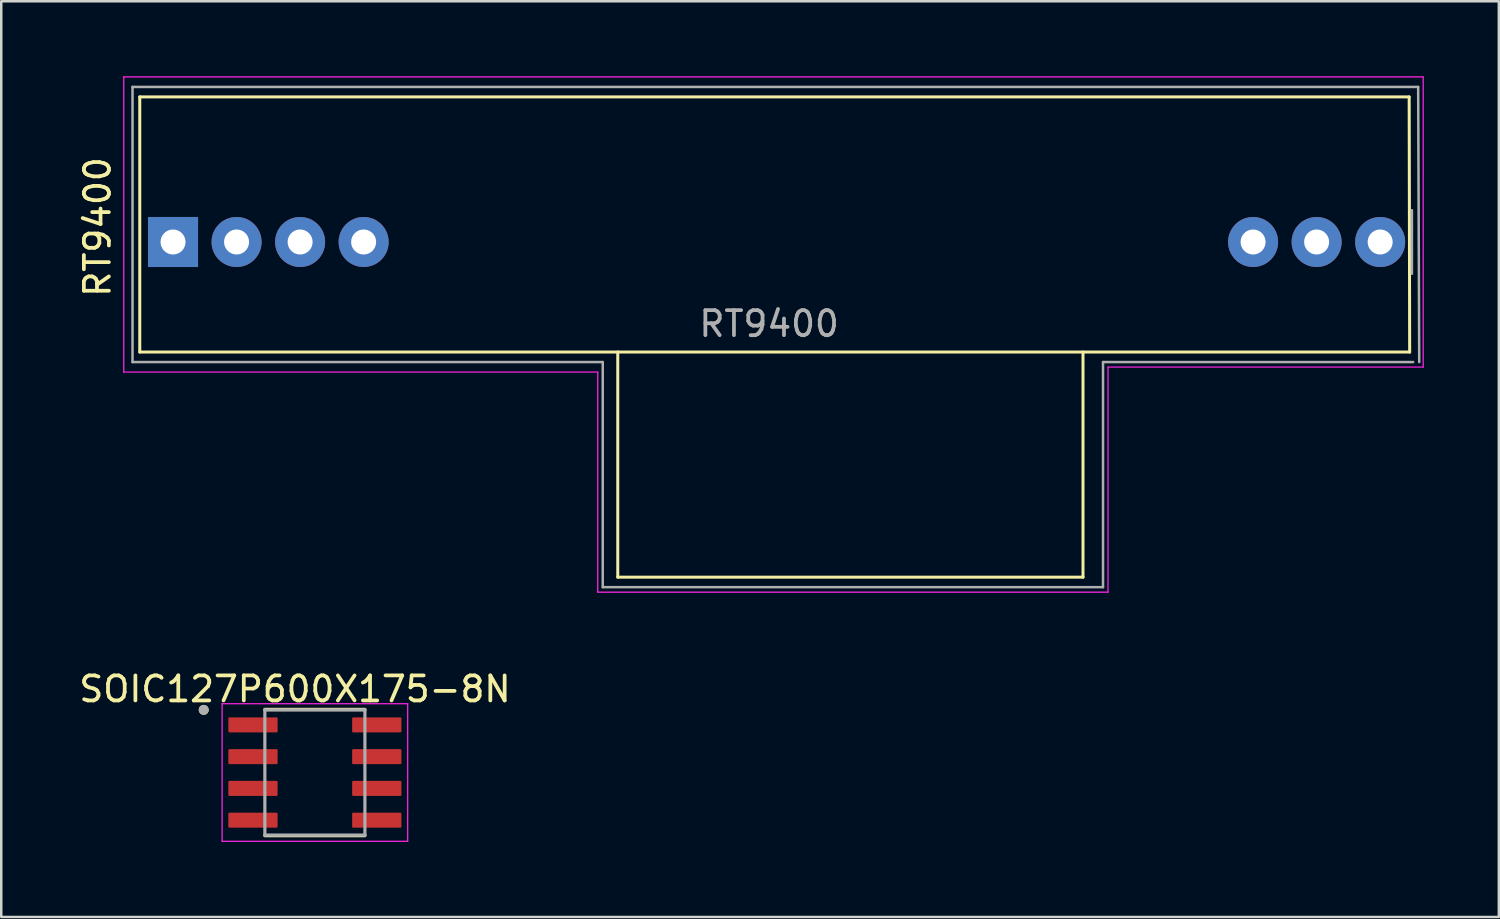
<source format=kicad_pcb>
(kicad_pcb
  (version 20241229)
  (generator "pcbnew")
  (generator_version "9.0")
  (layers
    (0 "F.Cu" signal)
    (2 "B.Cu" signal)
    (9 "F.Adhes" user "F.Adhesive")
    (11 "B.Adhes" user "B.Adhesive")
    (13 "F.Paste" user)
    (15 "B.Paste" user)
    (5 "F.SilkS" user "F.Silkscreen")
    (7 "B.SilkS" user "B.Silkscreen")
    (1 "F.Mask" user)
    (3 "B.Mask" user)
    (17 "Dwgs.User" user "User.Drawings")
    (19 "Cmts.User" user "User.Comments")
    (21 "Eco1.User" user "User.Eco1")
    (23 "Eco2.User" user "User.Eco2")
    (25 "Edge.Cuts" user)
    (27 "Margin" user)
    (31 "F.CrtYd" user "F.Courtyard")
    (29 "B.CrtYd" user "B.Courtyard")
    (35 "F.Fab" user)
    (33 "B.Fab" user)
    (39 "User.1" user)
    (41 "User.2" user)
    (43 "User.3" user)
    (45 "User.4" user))
  (footprint "SOIC127P600X175-8N"
    (layer "F.Cu")
    (at 9.539 27.835)
    (property "Reference" "SOIC127P600X175-8N" (at -0.795 -3.337 0) (layer "F.SilkS") (effects (font (size 1 1) (thickness 0.15))))
    (attr through_hole)
    (fp_line (start -2 -2.525) (end 2 -2.525) (stroke (width 0.127) (type solid)) (layer "F.SilkS"))
    (fp_line (start -2 2.525) (end 2 2.525) (stroke (width 0.127) (type solid)) (layer "F.SilkS"))
    (fp_circle (center -4.445 -2.505) (end -4.345 -2.505) (stroke (width 0.2) (type solid)) (fill no) (layer "F.SilkS"))
    (fp_line (start -3.71 -2.75) (end -3.71 2.75) (stroke (width 0.05) (type solid)) (layer "F.CrtYd"))
    (fp_line (start -3.71 -2.75) (end 3.71 -2.75) (stroke (width 0.05) (type solid)) (layer "F.CrtYd"))
    (fp_line (start -3.71 2.75) (end 3.71 2.75) (stroke (width 0.05) (type solid)) (layer "F.CrtYd"))
    (fp_line (start 3.71 -2.75) (end 3.71 2.75) (stroke (width 0.05) (type solid)) (layer "F.CrtYd"))
    (fp_line (start -2 -2.5) (end -2 2.5) (stroke (width 0.127) (type solid)) (layer "F.Fab"))
    (fp_line (start -2 -2.5) (end 2 -2.5) (stroke (width 0.127) (type solid)) (layer "F.Fab"))
    (fp_line (start -2 2.5) (end 2 2.5) (stroke (width 0.127) (type solid)) (layer "F.Fab"))
    (fp_line (start 2 -2.5) (end 2 2.5) (stroke (width 0.127) (type solid)) (layer "F.Fab"))
    (fp_circle (center -4.445 -2.505) (end -4.345 -2.505) (stroke (width 0.2) (type solid)) (fill no) (layer "F.Fab"))
    (pad "1" smd roundrect (at -2.475 -1.905) (size 1.97 0.6) (layers "F.Cu" "F.Mask" "F.Paste") (roundrect_rratio 0.07))
    (pad "2" smd roundrect (at -2.475 -0.635) (size 1.97 0.6) (layers "F.Cu" "F.Mask" "F.Paste") (roundrect_rratio 0.07))
    (pad "3" smd roundrect (at -2.475 0.635) (size 1.97 0.6) (layers "F.Cu" "F.Mask" "F.Paste") (roundrect_rratio 0.07))
    (pad "4" smd roundrect (at -2.475 1.905) (size 1.97 0.6) (layers "F.Cu" "F.Mask" "F.Paste") (roundrect_rratio 0.07))
    (pad "5" smd roundrect (at 2.475 1.905) (size 1.97 0.6) (layers "F.Cu" "F.Mask" "F.Paste") (roundrect_rratio 0.07))
    (pad "6" smd roundrect (at 2.475 0.635) (size 1.97 0.6) (layers "F.Cu" "F.Mask" "F.Paste") (roundrect_rratio 0.07))
    (pad "7" smd roundrect (at 2.475 -0.635) (size 1.97 0.6) (layers "F.Cu" "F.Mask" "F.Paste") (roundrect_rratio 0.07))
    (pad "8" smd roundrect (at 2.475 -1.905) (size 1.97 0.6) (layers "F.Cu" "F.Mask" "F.Paste") (roundrect_rratio 0.07)))
  (footprint "RT9400"
    (layer "F.Cu")
    (at 40.048 5.025)
    (property "Reference" "RT9400" (at -39.2 1 90) (layer "F.SilkS") (effects (font (size 1 1) (thickness 0.15))))
    (attr through_hole)
    (fp_line (start -37.51 -4.2) (end 13.24 -4.2) (stroke (width 0.12) (type solid)) (layer "F.SilkS"))
    (fp_line (start -37.51 6) (end -37.51 -4.2) (stroke (width 0.12) (type solid)) (layer "F.SilkS"))
    (fp_line (start -37.51 6) (end 13.26 6) (stroke (width 0.12) (type solid)) (layer "F.SilkS"))
    (fp_line (start -18.4 15) (end -18.4 6) (stroke (width 0.12) (type solid)) (layer "F.SilkS"))
    (fp_line (start 0.2 6) (end 0.2 15) (stroke (width 0.12) (type solid)) (layer "F.SilkS"))
    (fp_line (start 0.2 15) (end -18.4 15) (stroke (width 0.12) (type solid)) (layer "F.SilkS"))
    (fp_line (start 13.24 -4.2) (end 13.26 6) (stroke (width 0.12) (type solid)) (layer "F.SilkS"))
    (fp_line (start -38.15 -5) (end -38.15 6.8) (stroke (width 0.05) (type solid)) (layer "F.CrtYd"))
    (fp_line (start -38.15 6.8) (end -19.2 6.8) (stroke (width 0.05) (type solid)) (layer "F.CrtYd"))
    (fp_line (start -19.2 6.8) (end -19.2 15.6) (stroke (width 0.05) (type solid)) (layer "F.CrtYd"))
    (fp_line (start -19.2 15.6) (end 1.2 15.6) (stroke (width 0.05) (type solid)) (layer "F.CrtYd"))
    (fp_line (start 1.2 6.6) (end 13.8 6.6) (stroke (width 0.05) (type solid)) (layer "F.CrtYd"))
    (fp_line (start 1.2 15.6) (end 1.2 6.6) (stroke (width 0.05) (type solid)) (layer "F.CrtYd"))
    (fp_line (start 13.8 -5) (end -38.15 -5) (stroke (width 0.05) (type solid)) (layer "F.CrtYd"))
    (fp_line (start 13.8 6.6) (end 13.8 -5) (stroke (width 0.05) (type solid)) (layer "F.CrtYd"))
    (fp_line (start -37.8 -4.6) (end 13.6 -4.6) (stroke (width 0.1) (type solid)) (layer "F.Fab"))
    (fp_line (start -37.8 6.4) (end -37.8 -4.6) (stroke (width 0.1) (type solid)) (layer "F.Fab"))
    (fp_line (start -19 6.4) (end -37.8 6.4) (stroke (width 0.1) (type solid)) (layer "F.Fab"))
    (fp_line (start -19 15.4) (end -19 6.4) (stroke (width 0.1) (type solid)) (layer "F.Fab"))
    (fp_line (start 1 6.4) (end 13.4 6.4) (stroke (width 0.1) (type solid)) (layer "F.Fab"))
    (fp_line (start 1 15.4) (end -19 15.4) (stroke (width 0.1) (type solid)) (layer "F.Fab"))
    (fp_line (start 1 15.4) (end 1 6.4) (stroke (width 0.1) (type solid)) (layer "F.Fab"))
    (fp_line (start 13.35 0.33) (end 13.35 2.87) (stroke (width 0.1) (type solid)) (layer "F.Fab"))
    (fp_line (start 13.642 6.4) (end 13.6 -4.6) (stroke (width 0.1) (type solid)) (layer "F.Fab"))
    (fp_text user "${REFERENCE}" (at -12.35 4.87 180) (layer "F.Fab") (effects (font (size 1 1) (thickness 0.15))))
    (pad "1" thru_hole rect (at -36.18 1.6 90) (size 2 2) (drill 1) (layers "*.Cu" "B.Mask"))
    (pad "2" thru_hole circle (at -33.64 1.6 90) (size 2 2) (drill 1) (layers "*.Cu" "*.Mask"))
    (pad "3" thru_hole circle (at -31.1 1.6 90) (size 2 2) (drill 1) (layers "*.Cu" "*.Mask"))
    (pad "4" thru_hole circle (at -28.56 1.6 90) (size 2 2) (drill 1) (layers "*.Cu" "*.Mask"))
    (pad "5" thru_hole circle (at 7 1.6 90) (size 2 2) (drill 1) (layers "*.Cu" "*.Mask"))
    (pad "6" thru_hole circle (at 9.54 1.6 90) (size 2 2) (drill 1) (layers "*.Cu" "*.Mask"))
    (pad "7" thru_hole circle (at 12.08 1.6 90) (size 2 2) (drill 1) (layers "*.Cu" "*.Mask")))
  (gr_rect
    (start -3 -3)
    (end 56.873 33.61)
    (stroke (width 0.1) (type default))
    (fill no)
    (layer "Edge.Cuts")))
</source>
